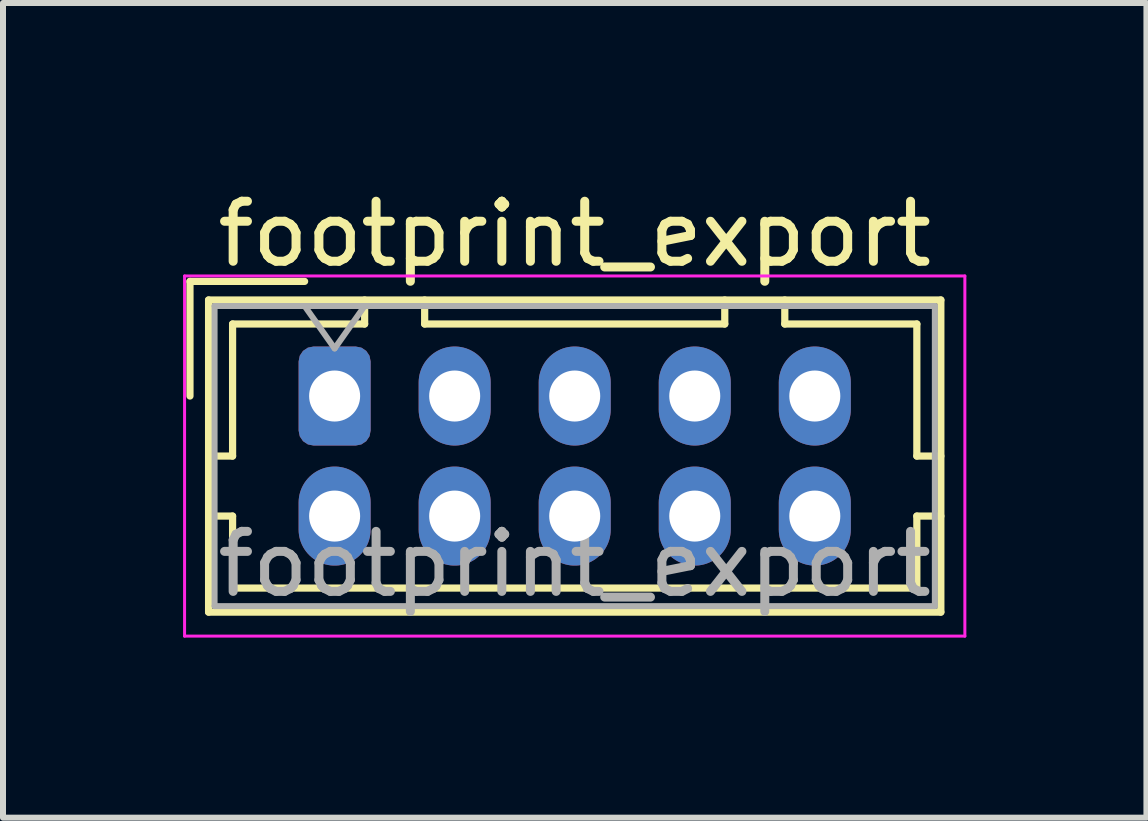
<source format=kicad_pcb>
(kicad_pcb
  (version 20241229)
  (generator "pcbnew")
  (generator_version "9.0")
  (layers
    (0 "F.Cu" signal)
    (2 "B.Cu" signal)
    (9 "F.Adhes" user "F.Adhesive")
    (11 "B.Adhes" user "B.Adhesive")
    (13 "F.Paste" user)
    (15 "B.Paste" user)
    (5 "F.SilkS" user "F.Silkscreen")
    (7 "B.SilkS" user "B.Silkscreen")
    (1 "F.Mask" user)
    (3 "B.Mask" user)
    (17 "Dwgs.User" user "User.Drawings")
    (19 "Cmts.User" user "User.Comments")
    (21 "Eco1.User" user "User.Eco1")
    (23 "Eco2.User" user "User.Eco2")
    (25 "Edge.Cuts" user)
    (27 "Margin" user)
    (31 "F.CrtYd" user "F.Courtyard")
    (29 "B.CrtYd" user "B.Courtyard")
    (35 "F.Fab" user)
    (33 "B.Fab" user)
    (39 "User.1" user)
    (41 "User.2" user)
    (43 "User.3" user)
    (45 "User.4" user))
  (footprint "footprint_export"
    (layer "F.Cu")
    (at 2.525 3.548)
    (property "Reference" "footprint_export" (at 4 -2.7 0) (layer "F.SilkS") (effects (font (size 1 1) (thickness 0.15))))
    (attr through_hole)
    (fp_line (start -2.41 -1.91) (end -0.5 -1.91) (stroke (width 0.12) (type solid)) (layer "F.SilkS"))
    (fp_line (start -2.41 0) (end -2.41 -1.91) (stroke (width 0.12) (type solid)) (layer "F.SilkS"))
    (fp_line (start -2.1 -1.6) (end -2.1 3.6) (stroke (width 0.12) (type solid)) (layer "F.SilkS"))
    (fp_line (start -2.1 1) (end -1.7 1) (stroke (width 0.12) (type solid)) (layer "F.SilkS"))
    (fp_line (start -2.1 2) (end -1.7 2) (stroke (width 0.12) (type solid)) (layer "F.SilkS"))
    (fp_line (start -2.1 3.6) (end 10.1 3.6) (stroke (width 0.12) (type solid)) (layer "F.SilkS"))
    (fp_line (start -1.7 -1.2) (end 0.5 -1.2) (stroke (width 0.12) (type solid)) (layer "F.SilkS"))
    (fp_line (start -1.7 1) (end -1.7 -1.2) (stroke (width 0.12) (type solid)) (layer "F.SilkS"))
    (fp_line (start -1.7 2) (end -1.7 3.2) (stroke (width 0.12) (type solid)) (layer "F.SilkS"))
    (fp_line (start -1.7 3.2) (end 9.7 3.2) (stroke (width 0.12) (type solid)) (layer "F.SilkS"))
    (fp_line (start 0.5 -1.2) (end 0.5 -1.6) (stroke (width 0.12) (type solid)) (layer "F.SilkS"))
    (fp_line (start 1.5 -1.6) (end 1.5 -1.2) (stroke (width 0.12) (type solid)) (layer "F.SilkS"))
    (fp_line (start 1.5 -1.2) (end 6.5 -1.2) (stroke (width 0.12) (type solid)) (layer "F.SilkS"))
    (fp_line (start 6.5 -1.2) (end 6.5 -1.6) (stroke (width 0.12) (type solid)) (layer "F.SilkS"))
    (fp_line (start 7.5 -1.2) (end 7.5 -1.6) (stroke (width 0.12) (type solid)) (layer "F.SilkS"))
    (fp_line (start 9.7 -1.2) (end 7.5 -1.2) (stroke (width 0.12) (type solid)) (layer "F.SilkS"))
    (fp_line (start 9.7 1) (end 9.7 -1.2) (stroke (width 0.12) (type solid)) (layer "F.SilkS"))
    (fp_line (start 9.7 2) (end 10.1 2) (stroke (width 0.12) (type solid)) (layer "F.SilkS"))
    (fp_line (start 9.7 3.2) (end 9.7 2) (stroke (width 0.12) (type solid)) (layer "F.SilkS"))
    (fp_line (start 10.1 -1.6) (end -2.1 -1.6) (stroke (width 0.12) (type solid)) (layer "F.SilkS"))
    (fp_line (start 10.1 1) (end 9.7 1) (stroke (width 0.12) (type solid)) (layer "F.SilkS"))
    (fp_line (start 10.1 3.6) (end 10.1 -1.6) (stroke (width 0.12) (type solid)) (layer "F.SilkS"))
    (fp_line (start -2.5 -2) (end -2.5 4) (stroke (width 0.05) (type solid)) (layer "F.CrtYd"))
    (fp_line (start -2.5 4) (end 10.5 4) (stroke (width 0.05) (type solid)) (layer "F.CrtYd"))
    (fp_line (start 10.5 -2) (end -2.5 -2) (stroke (width 0.05) (type solid)) (layer "F.CrtYd"))
    (fp_line (start 10.5 4) (end 10.5 -2) (stroke (width 0.05) (type solid)) (layer "F.CrtYd"))
    (fp_line (start -2 -1.5) (end -2 3.5) (stroke (width 0.1) (type solid)) (layer "F.Fab"))
    (fp_line (start -2 3.5) (end 10 3.5) (stroke (width 0.1) (type solid)) (layer "F.Fab"))
    (fp_line (start -0.5 -1.5) (end 0 -0.793) (stroke (width 0.1) (type solid)) (layer "F.Fab"))
    (fp_line (start 0 -0.793) (end 0.5 -1.5) (stroke (width 0.1) (type solid)) (layer "F.Fab"))
    (fp_line (start 10 -1.5) (end -2 -1.5) (stroke (width 0.1) (type solid)) (layer "F.Fab"))
    (fp_line (start 10 3.5) (end 10 -1.5) (stroke (width 0.1) (type solid)) (layer "F.Fab"))
    (fp_text user "${REFERENCE}" (at 4 2.8 0) (layer "F.Fab") (effects (font (size 1 1) (thickness 0.15))))
    (pad "1" thru_hole roundrect (at 0 0) (size 1.2 1.65) (drill 0.85) (layers "*.Cu" "*.Mask") (roundrect_rratio 0.208))
    (pad "2" thru_hole oval (at 0 2) (size 1.2 1.65) (drill 0.85) (layers "*.Cu" "*.Mask"))
    (pad "3" thru_hole oval (at 2 0) (size 1.2 1.65) (drill 0.85) (layers "*.Cu" "*.Mask"))
    (pad "4" thru_hole oval (at 2 2) (size 1.2 1.65) (drill 0.85) (layers "*.Cu" "*.Mask"))
    (pad "5" thru_hole oval (at 4 0) (size 1.2 1.65) (drill 0.85) (layers "*.Cu" "*.Mask"))
    (pad "6" thru_hole oval (at 4 2) (size 1.2 1.65) (drill 0.85) (layers "*.Cu" "*.Mask"))
    (pad "7" thru_hole oval (at 6 0) (size 1.2 1.65) (drill 0.85) (layers "*.Cu" "*.Mask"))
    (pad "8" thru_hole oval (at 6 2) (size 1.2 1.65) (drill 0.85) (layers "*.Cu" "*.Mask"))
    (pad "9" thru_hole oval (at 8 0) (size 1.2 1.65) (drill 0.85) (layers "*.Cu" "*.Mask"))
    (pad "10" thru_hole oval (at 8 2) (size 1.2 1.65) (drill 0.85) (layers "*.Cu" "*.Mask")))
  (gr_rect
    (start -3 -3)
    (end 16.05 10.573)
    (stroke (width 0.1) (type default))
    (fill no)
    (layer "Edge.Cuts")))
</source>
